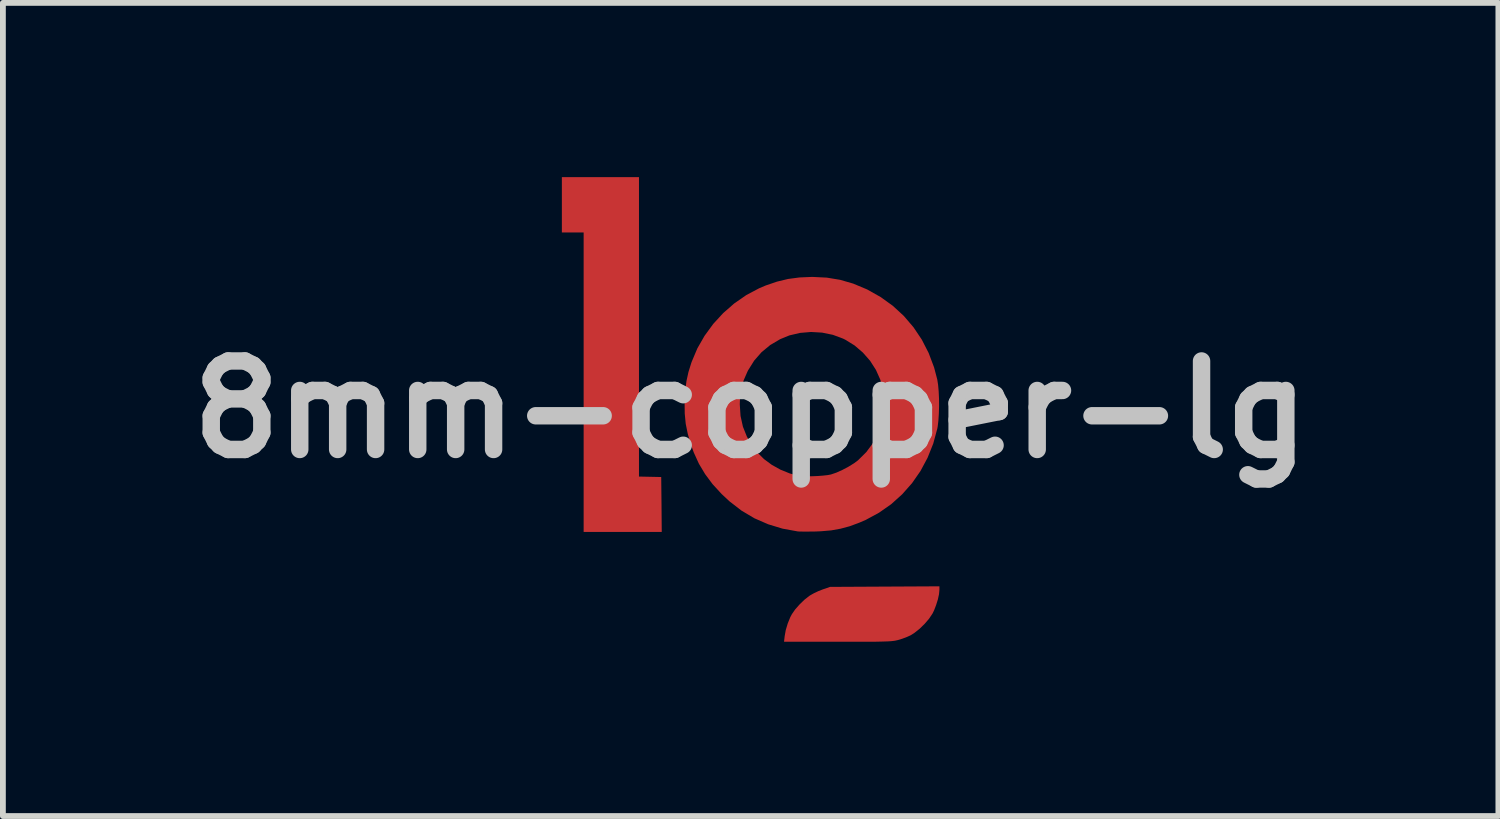
<source format=kicad_pcb>
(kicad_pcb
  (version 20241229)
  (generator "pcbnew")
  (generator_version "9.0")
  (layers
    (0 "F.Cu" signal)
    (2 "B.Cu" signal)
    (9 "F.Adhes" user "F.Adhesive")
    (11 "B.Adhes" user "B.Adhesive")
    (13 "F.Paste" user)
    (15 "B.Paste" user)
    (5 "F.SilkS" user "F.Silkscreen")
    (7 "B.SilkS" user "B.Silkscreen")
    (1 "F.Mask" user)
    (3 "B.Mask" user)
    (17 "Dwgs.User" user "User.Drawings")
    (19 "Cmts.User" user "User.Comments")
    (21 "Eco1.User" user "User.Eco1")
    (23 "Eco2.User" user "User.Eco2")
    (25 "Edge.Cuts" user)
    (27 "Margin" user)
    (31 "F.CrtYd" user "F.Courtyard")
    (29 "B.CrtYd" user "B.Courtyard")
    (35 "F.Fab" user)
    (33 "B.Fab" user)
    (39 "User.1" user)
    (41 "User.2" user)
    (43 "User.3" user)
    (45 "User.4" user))
  (footprint "8mm-copper-lg"
    (layer "F.Cu")
    (at 9.877 4.001)
    (property "Reference" "8mm-copper-lg" (at 0 0 0) (layer "Dwgs.User") (effects (font (size 1.524 1.524) (thickness 0.3))))
    (attr board_only exclude_from_pos_files exclude_from_bom)
    (fp_poly (pts (xy -1.923 1.156) (xy -1.54 1.164) (xy -1.535 1.637) (xy -1.531 2.11) (xy -2.876 2.11) (xy -2.876 -3.048) (xy -3.251 -3.048) (xy -3.251 -4.001) (xy -1.923 -4.001)) (stroke (width 0) (type solid)) (fill yes) (layer "F.Cu"))
    (fp_poly (pts (xy 3.251 3.107) (xy 3.244 3.182) (xy 3.224 3.273) (xy 3.194 3.369) (xy 3.159 3.46) (xy 3.132 3.515) (xy 3.074 3.602) (xy 2.998 3.691) (xy 2.911 3.776) (xy 2.822 3.847) (xy 2.756 3.889) (xy 2.69 3.919) (xy 2.61 3.949) (xy 2.538 3.971) (xy 2.512 3.977) (xy 2.484 3.983) (xy 2.453 3.987) (xy 2.416 3.991) (xy 2.371 3.994) (xy 2.314 3.996) (xy 2.242 3.998) (xy 2.155 4) (xy 2.047 4.001) (xy 1.918 4.001) (xy 1.764 4.001) (xy 1.582 4.001) (xy 1.497 4.001) (xy 0.575 4.001) (xy 0.586 3.904) (xy 0.605 3.798) (xy 0.639 3.685) (xy 0.682 3.579) (xy 0.71 3.526) (xy 0.766 3.445) (xy 0.841 3.36) (xy 0.924 3.279) (xy 1.008 3.213) (xy 1.021 3.204) (xy 1.086 3.167) (xy 1.164 3.13) (xy 1.24 3.1) (xy 1.243 3.099) (xy 1.368 3.056) (xy 2.309 3.051) (xy 3.251 3.046)) (stroke (width 0) (type solid)) (fill yes) (layer "F.Cu"))
    (fp_poly (pts (xy 1.311 -2.27) (xy 1.541 -2.232) (xy 1.766 -2.167) (xy 1.991 -2.073) (xy 2.009 -2.065) (xy 2.238 -1.936) (xy 2.448 -1.785) (xy 2.637 -1.611) (xy 2.804 -1.416) (xy 2.947 -1.203) (xy 3.066 -0.971) (xy 3.159 -0.724) (xy 3.214 -0.515) (xy 3.228 -0.425) (xy 3.238 -0.313) (xy 3.244 -0.186) (xy 3.245 -0.054) (xy 3.241 0.076) (xy 3.233 0.195) (xy 3.221 0.296) (xy 3.215 0.328) (xy 3.145 0.587) (xy 3.047 0.832) (xy 2.925 1.06) (xy 2.779 1.27) (xy 2.61 1.461) (xy 2.42 1.632) (xy 2.21 1.779) (xy 1.981 1.903) (xy 1.874 1.949) (xy 1.708 2.011) (xy 1.548 2.054) (xy 1.386 2.083) (xy 1.21 2.098) (xy 1.118 2.102) (xy 1.028 2.103) (xy 0.945 2.104) (xy 0.876 2.103) (xy 0.828 2.102) (xy 0.813 2.101) (xy 0.55 2.053) (xy 0.3 1.977) (xy 0.064 1.874) (xy -0.158 1.742) (xy -0.365 1.582) (xy -0.5 1.456) (xy -0.656 1.286) (xy -0.784 1.114) (xy -0.891 0.935) (xy -0.98 0.74) (xy -1.03 0.602) (xy -1.083 0.42) (xy -1.118 0.247) (xy -1.135 0.071) (xy -1.137 -0.087) (xy -0.187 -0.087) (xy -0.174 0.112) (xy -0.133 0.297) (xy -0.064 0.47) (xy 0.034 0.635) (xy 0.119 0.745) (xy 0.23 0.855) (xy 0.364 0.954) (xy 0.515 1.038) (xy 0.676 1.103) (xy 0.814 1.141) (xy 0.873 1.148) (xy 0.953 1.151) (xy 1.048 1.151) (xy 1.147 1.147) (xy 1.242 1.14) (xy 1.324 1.131) (xy 1.383 1.12) (xy 1.477 1.088) (xy 1.581 1.041) (xy 1.687 0.985) (xy 1.782 0.926) (xy 1.849 0.876) (xy 1.992 0.734) (xy 2.11 0.575) (xy 2.202 0.402) (xy 2.265 0.217) (xy 2.267 0.211) (xy 2.287 0.102) (xy 2.297 -0.025) (xy 2.298 -0.157) (xy 2.289 -0.281) (xy 2.282 -0.331) (xy 2.234 -0.51) (xy 2.158 -0.68) (xy 2.057 -0.838) (xy 1.933 -0.979) (xy 1.791 -1.101) (xy 1.631 -1.2) (xy 1.593 -1.219) (xy 1.416 -1.285) (xy 1.23 -1.323) (xy 1.04 -1.334) (xy 0.851 -1.318) (xy 0.667 -1.275) (xy 0.508 -1.21) (xy 0.337 -1.109) (xy 0.188 -0.986) (xy 0.061 -0.841) (xy -0.043 -0.675) (xy -0.056 -0.649) (xy -0.12 -0.502) (xy -0.161 -0.361) (xy -0.183 -0.215) (xy -0.187 -0.087) (xy -1.137 -0.087) (xy -1.138 -0.12) (xy -1.136 -0.164) (xy -1.125 -0.339) (xy -1.104 -0.495) (xy -1.071 -0.644) (xy -1.023 -0.798) (xy -1.015 -0.821) (xy -0.918 -1.051) (xy -0.793 -1.269) (xy -0.644 -1.473) (xy -0.473 -1.659) (xy -0.283 -1.825) (xy -0.077 -1.968) (xy 0.143 -2.085) (xy 0.258 -2.134) (xy 0.454 -2.201) (xy 0.645 -2.247) (xy 0.841 -2.273) (xy 1.052 -2.282) (xy 1.068 -2.282)) (stroke (width 0) (type solid)) (fill yes) (layer "F.Cu"))
    (fp_poly (pts (xy -1.923 1.156) (xy -1.54 1.164) (xy -1.535 1.637) (xy -1.531 2.11) (xy -2.876 2.11) (xy -2.876 -3.048) (xy -3.251 -3.048) (xy -3.251 -4.001) (xy -1.923 -4.001)) (stroke (width 0) (type solid)) (fill yes) (layer "F.Mask"))
    (fp_poly (pts (xy 3.265 3.107) (xy 3.257 3.182) (xy 3.237 3.273) (xy 3.208 3.369) (xy 3.172 3.46) (xy 3.145 3.515) (xy 3.087 3.602) (xy 3.011 3.691) (xy 2.924 3.776) (xy 2.836 3.847) (xy 2.769 3.888) (xy 2.703 3.919) (xy 2.624 3.949) (xy 2.552 3.971) (xy 2.525 3.977) (xy 2.498 3.983) (xy 2.467 3.987) (xy 2.43 3.991) (xy 2.384 3.994) (xy 2.327 3.996) (xy 2.256 3.998) (xy 2.168 4) (xy 2.061 4) (xy 1.931 4.001) (xy 1.777 4.001) (xy 1.596 4.001) (xy 1.51 4.001) (xy 0.589 4.001) (xy 0.599 3.904) (xy 0.619 3.798) (xy 0.653 3.685) (xy 0.695 3.579) (xy 0.723 3.526) (xy 0.779 3.445) (xy 0.854 3.36) (xy 0.938 3.279) (xy 1.021 3.213) (xy 1.035 3.204) (xy 1.099 3.167) (xy 1.177 3.13) (xy 1.253 3.1) (xy 1.256 3.099) (xy 1.381 3.056) (xy 2.323 3.051) (xy 3.265 3.046)) (stroke (width 0) (type solid)) (fill yes) (layer "F.Mask"))
    (fp_poly (pts (xy 1.311 -2.27) (xy 1.541 -2.232) (xy 1.766 -2.167) (xy 1.991 -2.073) (xy 2.009 -2.065) (xy 2.238 -1.936) (xy 2.448 -1.785) (xy 2.637 -1.611) (xy 2.804 -1.416) (xy 2.947 -1.203) (xy 3.066 -0.971) (xy 3.159 -0.724) (xy 3.214 -0.515) (xy 3.228 -0.425) (xy 3.238 -0.313) (xy 3.244 -0.186) (xy 3.245 -0.054) (xy 3.241 0.076) (xy 3.233 0.195) (xy 3.221 0.296) (xy 3.215 0.328) (xy 3.145 0.587) (xy 3.047 0.832) (xy 2.925 1.06) (xy 2.779 1.27) (xy 2.61 1.461) (xy 2.42 1.632) (xy 2.21 1.779) (xy 1.981 1.903) (xy 1.874 1.949) (xy 1.708 2.011) (xy 1.548 2.054) (xy 1.386 2.083) (xy 1.21 2.098) (xy 1.118 2.102) (xy 1.028 2.103) (xy 0.945 2.104) (xy 0.876 2.103) (xy 0.828 2.102) (xy 0.813 2.101) (xy 0.55 2.053) (xy 0.3 1.977) (xy 0.064 1.874) (xy -0.158 1.742) (xy -0.365 1.582) (xy -0.5 1.456) (xy -0.656 1.286) (xy -0.784 1.114) (xy -0.891 0.935) (xy -0.98 0.74) (xy -1.03 0.602) (xy -1.083 0.42) (xy -1.118 0.247) (xy -1.135 0.071) (xy -1.137 -0.087) (xy -0.187 -0.087) (xy -0.174 0.112) (xy -0.133 0.297) (xy -0.064 0.47) (xy 0.034 0.635) (xy 0.119 0.745) (xy 0.23 0.855) (xy 0.364 0.954) (xy 0.515 1.038) (xy 0.676 1.103) (xy 0.814 1.141) (xy 0.873 1.148) (xy 0.953 1.151) (xy 1.048 1.151) (xy 1.147 1.147) (xy 1.242 1.14) (xy 1.324 1.131) (xy 1.383 1.12) (xy 1.477 1.088) (xy 1.581 1.041) (xy 1.687 0.985) (xy 1.782 0.926) (xy 1.849 0.876) (xy 1.992 0.734) (xy 2.11 0.575) (xy 2.202 0.402) (xy 2.265 0.217) (xy 2.267 0.211) (xy 2.287 0.102) (xy 2.297 -0.025) (xy 2.298 -0.157) (xy 2.289 -0.281) (xy 2.282 -0.331) (xy 2.234 -0.51) (xy 2.158 -0.68) (xy 2.057 -0.838) (xy 1.933 -0.979) (xy 1.791 -1.101) (xy 1.631 -1.2) (xy 1.593 -1.219) (xy 1.416 -1.285) (xy 1.23 -1.323) (xy 1.04 -1.334) (xy 0.851 -1.318) (xy 0.667 -1.275) (xy 0.508 -1.21) (xy 0.337 -1.109) (xy 0.188 -0.986) (xy 0.061 -0.841) (xy -0.043 -0.675) (xy -0.056 -0.649) (xy -0.12 -0.502) (xy -0.161 -0.361) (xy -0.183 -0.215) (xy -0.187 -0.087) (xy -1.137 -0.087) (xy -1.138 -0.12) (xy -1.136 -0.164) (xy -1.125 -0.339) (xy -1.104 -0.495) (xy -1.071 -0.644) (xy -1.023 -0.798) (xy -1.015 -0.821) (xy -0.918 -1.051) (xy -0.793 -1.269) (xy -0.644 -1.473) (xy -0.473 -1.659) (xy -0.283 -1.825) (xy -0.077 -1.968) (xy 0.143 -2.085) (xy 0.258 -2.134) (xy 0.454 -2.201) (xy 0.645 -2.247) (xy 0.841 -2.273) (xy 1.052 -2.282) (xy 1.068 -2.282)) (stroke (width 0) (type solid)) (fill yes) (layer "F.Mask")))
  (gr_rect
    (start -3 -3)
    (end 22.754 11.003)
    (stroke (width 0.1) (type default))
    (fill no)
    (layer "Edge.Cuts")))
</source>
